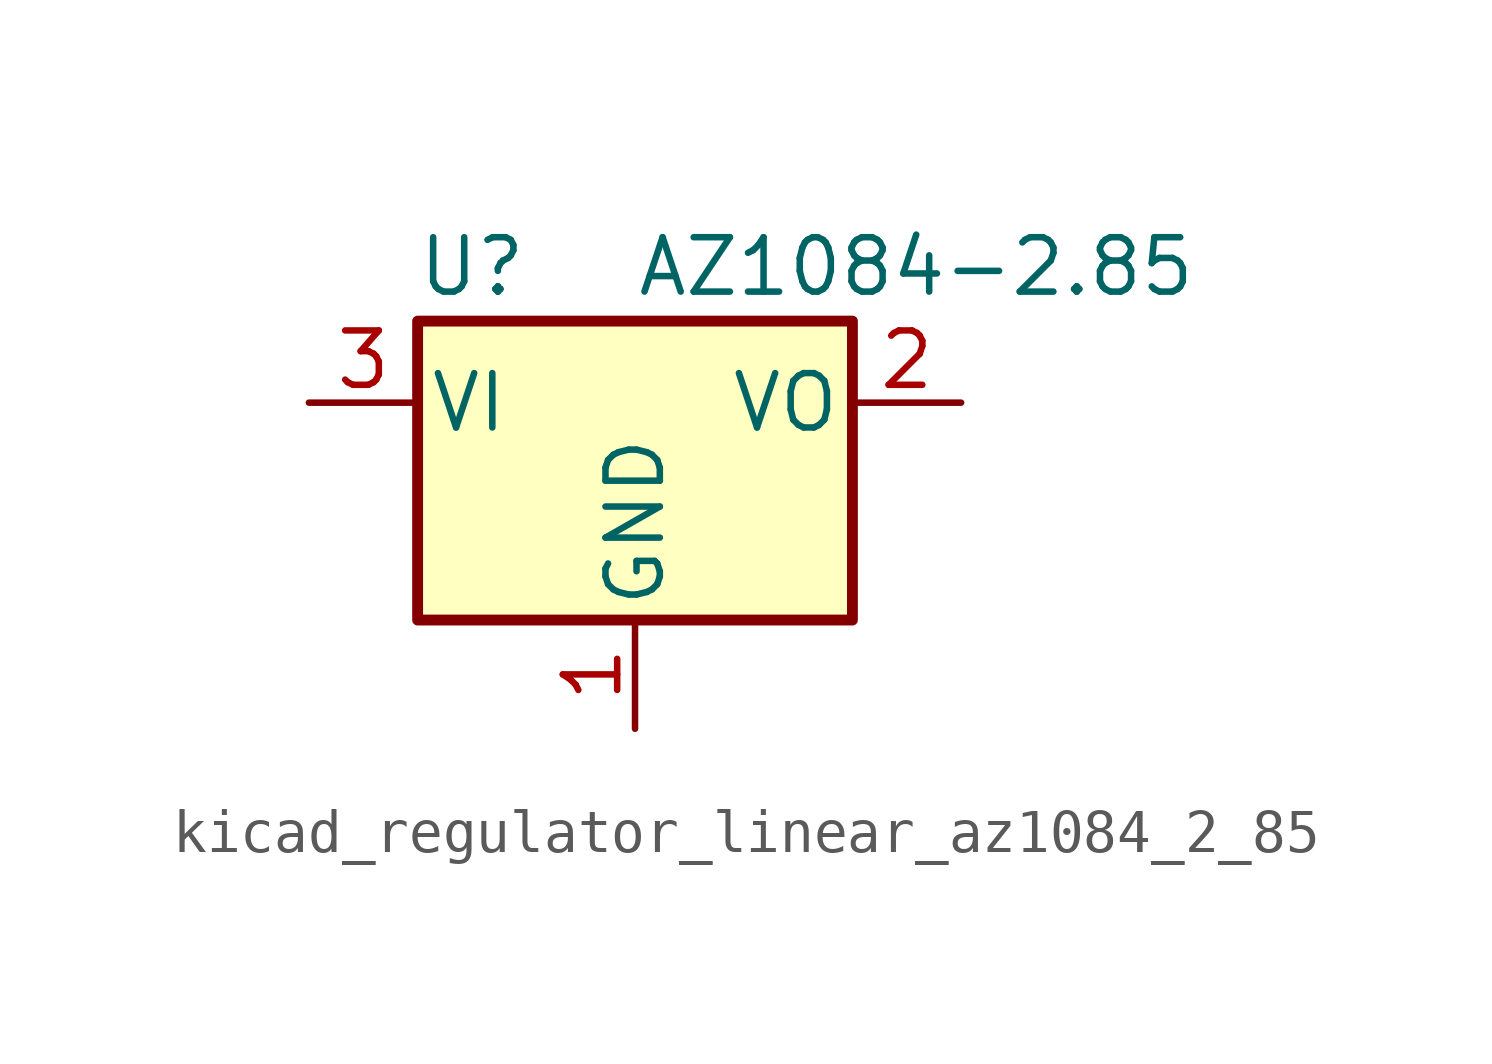
<source format=kicad_sym>
(kicad_symbol_lib
  (version 20220914)
  (generator kicad_symbol_editor)
  (symbol "kicad_regulator_linear_az1084_2_85"
    (pin_names
      (offset 0.254))
    (property "Reference" "U"
      (at -3.81 3.175 0)
      (effects (font (size 1.27 1.27))))
    (property "Value" "AZ1084-2.85"
      (at 0 3.175 0)
      (effects (font (size 1.27 1.27)) (justify left)))
    (symbol "kicad_regulator_linear_az1084_2_85_0_1"
      (rectangle (start -5.08 1.905) (end 5.08 -5.08) (stroke (width 0.254) (type default)) (fill (type background))))
    (symbol "kicad_regulator_linear_az1084_2_85_1_1"
      (pin power_in line (at 0 -7.62 90) (length 2.54) (name "GND" (effects (font (size 1.27 1.27)))) (number "1" (effects (font (size 1.27 1.27)))))
      (pin power_out line (at 7.62 0 180) (length 2.54) (name "VO" (effects (font (size 1.27 1.27)))) (number "2" (effects (font (size 1.27 1.27)))))
      (pin power_in line (at -7.62 0 0) (length 2.54) (name "VI" (effects (font (size 1.27 1.27)))) (number "3" (effects (font (size 1.27 1.27))))))))
</source>
